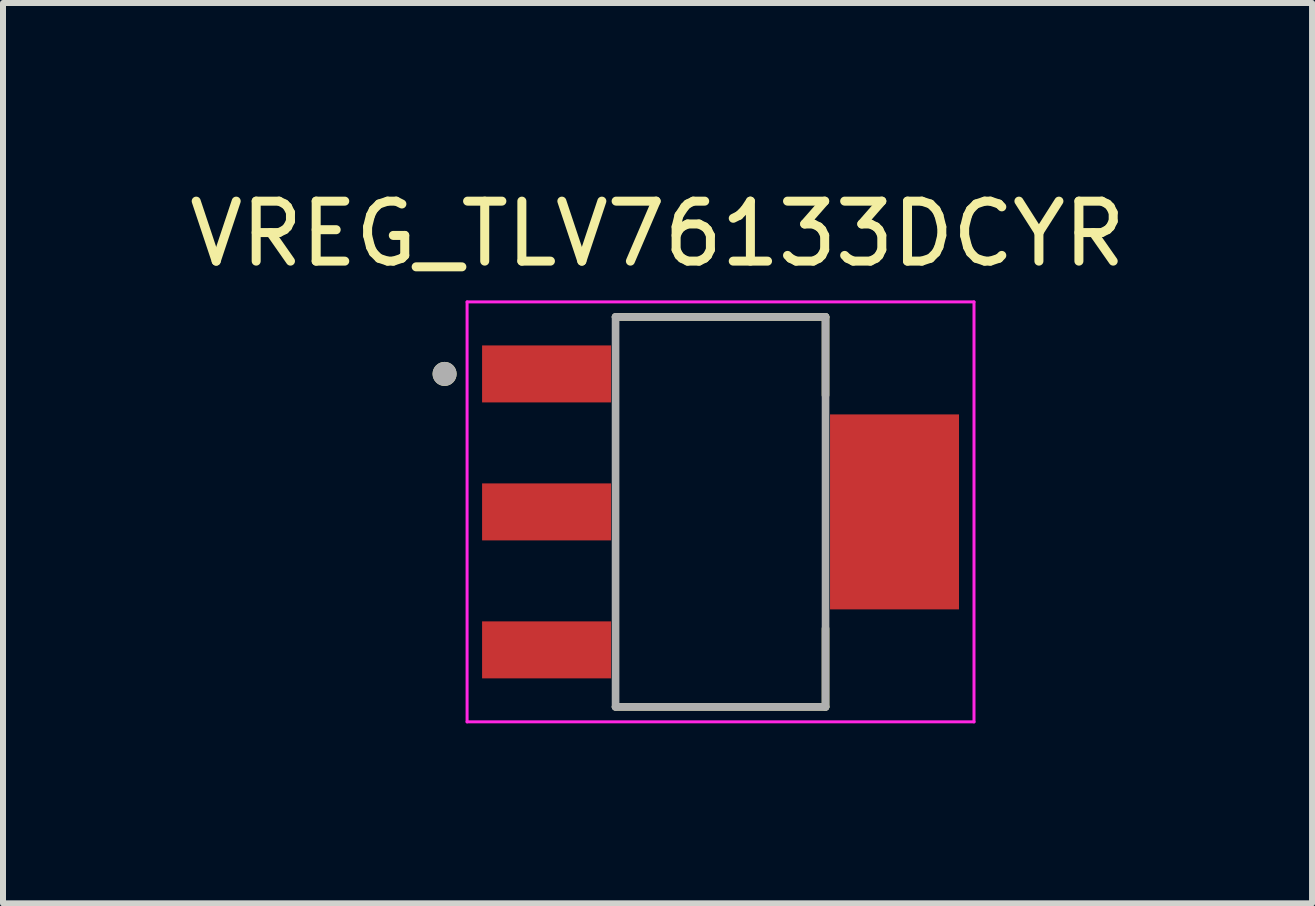
<source format=kicad_pcb>
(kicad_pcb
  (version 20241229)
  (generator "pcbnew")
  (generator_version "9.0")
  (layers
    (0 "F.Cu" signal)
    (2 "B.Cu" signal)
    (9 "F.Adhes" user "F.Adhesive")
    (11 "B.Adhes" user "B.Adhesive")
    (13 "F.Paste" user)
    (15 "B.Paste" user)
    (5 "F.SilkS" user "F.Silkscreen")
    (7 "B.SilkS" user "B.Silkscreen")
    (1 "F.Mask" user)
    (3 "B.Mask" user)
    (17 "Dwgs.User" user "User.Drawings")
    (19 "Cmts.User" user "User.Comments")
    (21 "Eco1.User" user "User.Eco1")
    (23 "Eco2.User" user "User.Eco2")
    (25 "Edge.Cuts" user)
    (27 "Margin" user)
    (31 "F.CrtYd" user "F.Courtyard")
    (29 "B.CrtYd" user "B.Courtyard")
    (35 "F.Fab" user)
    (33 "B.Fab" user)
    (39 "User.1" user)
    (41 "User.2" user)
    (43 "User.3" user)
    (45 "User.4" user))
  (footprint "VREG_TLV76133DCYR"
    (layer "F.Cu")
    (at 8.961 5.483)
    (property "Reference" "VREG_TLV76133DCYR" (at -1.05 -4.635 0) (layer "F.SilkS") (effects (font (size 1 1) (thickness 0.15))))
    (attr smd)
    (fp_line (start -1.75 -3.25) (end 1.75 -3.25) (stroke (width 0.127) (type solid)) (layer "F.SilkS"))
    (fp_line (start -1.75 3.25) (end 1.75 3.25) (stroke (width 0.127) (type solid)) (layer "F.SilkS"))
    (fp_line (start 1.75 -3.25) (end 1.75 -1.945) (stroke (width 0.127) (type solid)) (layer "F.SilkS"))
    (fp_line (start 1.75 3.25) (end 1.75 1.945) (stroke (width 0.127) (type solid)) (layer "F.SilkS"))
    (fp_circle (center -4.6 -2.3) (end -4.5 -2.3) (stroke (width 0.2) (type solid)) (fill no) (layer "F.SilkS"))
    (fp_line (start -4.225 -3.5) (end -4.225 3.5) (stroke (width 0.05) (type solid)) (layer "F.CrtYd"))
    (fp_line (start -4.225 3.5) (end 4.225 3.5) (stroke (width 0.05) (type solid)) (layer "F.CrtYd"))
    (fp_line (start 4.225 -3.5) (end -4.225 -3.5) (stroke (width 0.05) (type solid)) (layer "F.CrtYd"))
    (fp_line (start 4.225 3.5) (end 4.225 -3.5) (stroke (width 0.05) (type solid)) (layer "F.CrtYd"))
    (fp_line (start -1.75 -3.25) (end -1.75 3.25) (stroke (width 0.127) (type solid)) (layer "F.Fab"))
    (fp_line (start 1.75 -3.25) (end -1.75 -3.25) (stroke (width 0.127) (type solid)) (layer "F.Fab"))
    (fp_line (start 1.75 -3.25) (end 1.75 3.25) (stroke (width 0.127) (type solid)) (layer "F.Fab"))
    (fp_line (start 1.75 3.25) (end -1.75 3.25) (stroke (width 0.127) (type solid)) (layer "F.Fab"))
    (fp_circle (center -4.6 -2.3) (end -4.5 -2.3) (stroke (width 0.2) (type solid)) (fill no) (layer "F.Fab"))
    (pad "1" smd rect (at -2.9 -2.3) (size 2.15 0.95) (layers "F.Cu" "F.Mask" "F.Paste"))
    (pad "2" smd rect (at -2.9 0) (size 2.15 0.95) (layers "F.Cu" "F.Mask" "F.Paste"))
    (pad "3" smd rect (at -2.9 2.3) (size 2.15 0.95) (layers "F.Cu" "F.Mask" "F.Paste"))
    (pad "4" smd rect (at 2.9 0) (size 2.15 3.25) (layers "F.Cu" "F.Mask" "F.Paste")))
  (gr_rect
    (start -3 -3)
    (end 18.821 12.008)
    (stroke (width 0.1) (type default))
    (fill no)
    (layer "Edge.Cuts")))
</source>
